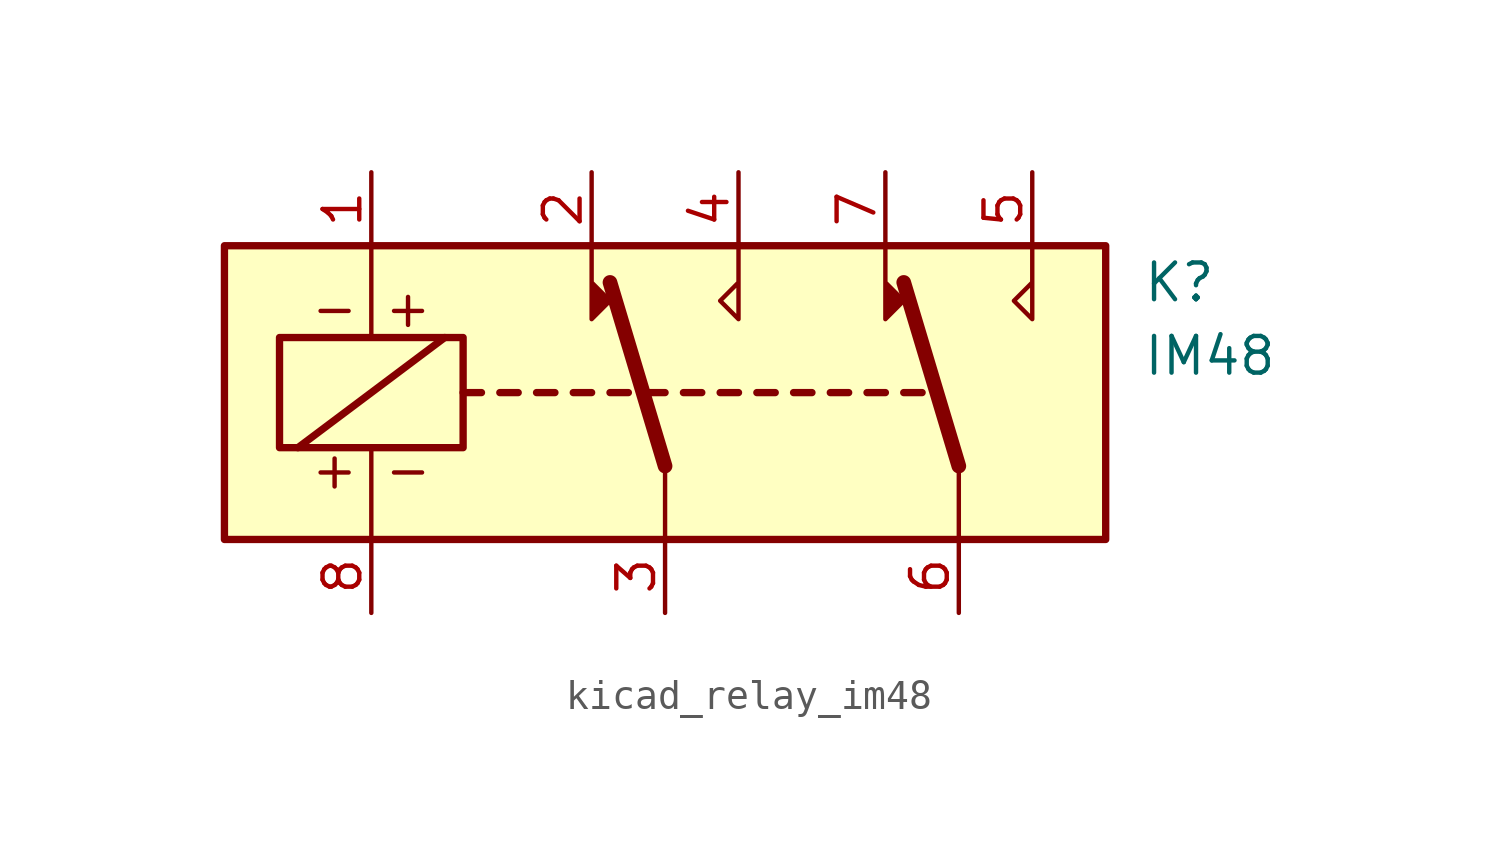
<source format=kicad_sym>
(kicad_symbol_lib
  (version 20220914)
  (generator kicad_symbol_editor)
  (symbol "kicad_relay_im48"
    (property "Reference" "K"
      (at 16.51 3.81 0)
      (effects (font (size 1.27 1.27)) (justify left)))
    (property "Value" "IM48"
      (at 16.51 1.27 0)
      (effects (font (size 1.27 1.27)) (justify left)))
    (symbol "kicad_relay_im48_0_0"
      (text "+ -" (at -10.16 -2.667 0) (effects (font (size 1.27 1.27))))
      (text "- +" (at -10.16 2.921 0) (effects (font (size 1.27 1.27)))))
    (symbol "kicad_relay_im48_0_1"
      (rectangle (start -15.24 5.08) (end 15.24 -5.08) (stroke (width 0.254) (type default)) (fill (type background)))
      (rectangle (start -13.335 1.905) (end -6.985 -1.905) (stroke (width 0.254) (type default)) (fill (type none)))
      (polyline (pts (xy -12.7 -1.905) (xy -7.62 1.905)) (stroke (width 0.254) (type default)) (fill (type none)))
      (polyline (pts (xy -10.16 -5.08) (xy -10.16 -1.905)) (stroke (width 0) (type default)) (fill (type none)))
      (polyline (pts (xy -10.16 5.08) (xy -10.16 1.905)) (stroke (width 0) (type default)) (fill (type none)))
      (polyline (pts (xy -6.985 0) (xy -6.35 0)) (stroke (width 0.254) (type default)) (fill (type none)))
      (polyline (pts (xy -5.715 0) (xy -5.08 0)) (stroke (width 0.254) (type default)) (fill (type none)))
      (polyline (pts (xy -4.445 0) (xy -3.81 0)) (stroke (width 0.254) (type default)) (fill (type none)))
      (polyline (pts (xy -3.175 0) (xy -2.54 0)) (stroke (width 0.254) (type default)) (fill (type none)))
      (polyline (pts (xy -1.905 0) (xy -1.27 0)) (stroke (width 0.254) (type default)) (fill (type none)))
      (polyline (pts (xy -0.635 0) (xy 0 0)) (stroke (width 0.254) (type default)) (fill (type none)))
      (polyline (pts (xy 0 -2.54) (xy -1.905 3.81)) (stroke (width 0.508) (type default)) (fill (type none)))
      (polyline (pts (xy 0 -2.54) (xy 0 -5.08)) (stroke (width 0) (type default)) (fill (type none)))
      (polyline (pts (xy 0.635 0) (xy 1.27 0)) (stroke (width 0.254) (type default)) (fill (type none)))
      (polyline (pts (xy 1.905 0) (xy 2.54 0)) (stroke (width 0.254) (type default)) (fill (type none)))
      (polyline (pts (xy 3.175 0) (xy 3.81 0)) (stroke (width 0.254) (type default)) (fill (type none)))
      (polyline (pts (xy 4.445 0) (xy 5.08 0)) (stroke (width 0.254) (type default)) (fill (type none)))
      (polyline (pts (xy 5.715 0) (xy 6.35 0)) (stroke (width 0.254) (type default)) (fill (type none)))
      (polyline (pts (xy 6.985 0) (xy 7.62 0)) (stroke (width 0.254) (type default)) (fill (type none)))
      (polyline (pts (xy 8.255 0) (xy 8.89 0)) (stroke (width 0.254) (type default)) (fill (type none)))
      (polyline (pts (xy 10.16 -2.54) (xy 8.255 3.81)) (stroke (width 0.508) (type default)) (fill (type none)))
      (polyline (pts (xy 10.16 -2.54) (xy 10.16 -5.08)) (stroke (width 0) (type default)) (fill (type none)))
      (polyline (pts (xy -2.54 5.08) (xy -2.54 2.54) (xy -1.905 3.175) (xy -2.54 3.81)) (stroke (width 0) (type default)) (fill (type outline)))
      (polyline (pts (xy 2.54 5.08) (xy 2.54 2.54) (xy 1.905 3.175) (xy 2.54 3.81)) (stroke (width 0) (type default)) (fill (type none)))
      (polyline (pts (xy 7.62 5.08) (xy 7.62 2.54) (xy 8.255 3.175) (xy 7.62 3.81)) (stroke (width 0) (type default)) (fill (type outline)))
      (polyline (pts (xy 12.7 5.08) (xy 12.7 2.54) (xy 12.065 3.175) (xy 12.7 3.81)) (stroke (width 0) (type default)) (fill (type none))))
    (symbol "kicad_relay_im48_1_1"
      (pin passive line (at -10.16 7.62 270) (length 2.54) (name "~" (effects (font (size 1.27 1.27)))) (number "1" (effects (font (size 1.27 1.27)))))
      (pin passive line (at -2.54 7.62 270) (length 2.54) (name "~" (effects (font (size 1.27 1.27)))) (number "2" (effects (font (size 1.27 1.27)))))
      (pin passive line (at 0 -7.62 90) (length 2.54) (name "~" (effects (font (size 1.27 1.27)))) (number "3" (effects (font (size 1.27 1.27)))))
      (pin passive line (at 2.54 7.62 270) (length 2.54) (name "~" (effects (font (size 1.27 1.27)))) (number "4" (effects (font (size 1.27 1.27)))))
      (pin passive line (at 12.7 7.62 270) (length 2.54) (name "~" (effects (font (size 1.27 1.27)))) (number "5" (effects (font (size 1.27 1.27)))))
      (pin passive line (at 10.16 -7.62 90) (length 2.54) (name "~" (effects (font (size 1.27 1.27)))) (number "6" (effects (font (size 1.27 1.27)))))
      (pin passive line (at 7.62 7.62 270) (length 2.54) (name "~" (effects (font (size 1.27 1.27)))) (number "7" (effects (font (size 1.27 1.27)))))
      (pin passive line (at -10.16 -7.62 90) (length 2.54) (name "~" (effects (font (size 1.27 1.27)))) (number "8" (effects (font (size 1.27 1.27))))))))
</source>
